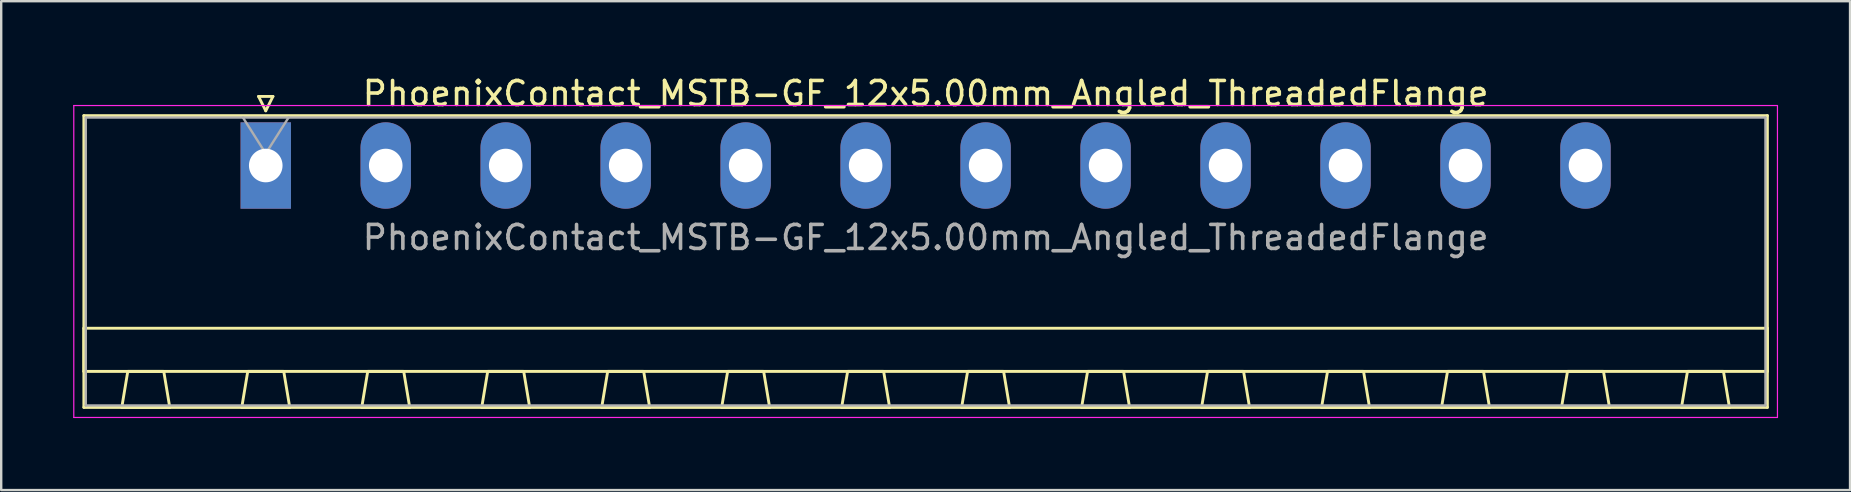
<source format=kicad_pcb>
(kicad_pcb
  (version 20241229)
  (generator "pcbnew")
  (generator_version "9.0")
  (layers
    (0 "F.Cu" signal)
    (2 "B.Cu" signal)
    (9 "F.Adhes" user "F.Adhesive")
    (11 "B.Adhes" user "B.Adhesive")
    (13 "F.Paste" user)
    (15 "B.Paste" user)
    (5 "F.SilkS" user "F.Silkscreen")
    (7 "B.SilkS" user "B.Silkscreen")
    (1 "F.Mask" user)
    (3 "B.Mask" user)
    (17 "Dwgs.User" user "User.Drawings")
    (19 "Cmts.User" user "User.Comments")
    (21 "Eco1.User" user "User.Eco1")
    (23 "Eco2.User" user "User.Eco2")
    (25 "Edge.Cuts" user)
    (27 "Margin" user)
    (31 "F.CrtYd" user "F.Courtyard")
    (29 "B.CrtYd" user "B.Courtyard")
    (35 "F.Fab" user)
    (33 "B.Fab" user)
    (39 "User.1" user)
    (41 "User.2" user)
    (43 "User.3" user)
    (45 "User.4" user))
  (footprint "PhoenixContact_MSTB-GF_12x5.00mm_Angled_ThreadedFlange"
    (layer "F.Cu")
    (at 8.025 3.848)
    (property "Reference" "PhoenixContact_MSTB-GF_12x5.00mm_Angled_ThreadedFlange" (at 27.5 -3 0) (layer "F.SilkS") (effects (font (size 1 1) (thickness 0.15))))
    (attr through_hole)
    (fp_line (start -7.58 -2.08) (end -7.58 10.08) (stroke (width 0.12) (type solid)) (layer "F.SilkS"))
    (fp_line (start -7.58 6.78) (end 62.58 6.78) (stroke (width 0.12) (type solid)) (layer "F.SilkS"))
    (fp_line (start -7.58 8.58) (end -7.58 6.78) (stroke (width 0.12) (type solid)) (layer "F.SilkS"))
    (fp_line (start -7.58 10.08) (end 62.58 10.08) (stroke (width 0.12) (type solid)) (layer "F.SilkS"))
    (fp_line (start -6 10.08) (end -4 10.08) (stroke (width 0.12) (type solid)) (layer "F.SilkS"))
    (fp_line (start -5.75 8.58) (end -6 10.08) (stroke (width 0.12) (type solid)) (layer "F.SilkS"))
    (fp_line (start -4.25 8.58) (end -5.75 8.58) (stroke (width 0.12) (type solid)) (layer "F.SilkS"))
    (fp_line (start -4 10.08) (end -4.25 8.58) (stroke (width 0.12) (type solid)) (layer "F.SilkS"))
    (fp_line (start -1 10.08) (end 1 10.08) (stroke (width 0.12) (type solid)) (layer "F.SilkS"))
    (fp_line (start -0.75 8.58) (end -1 10.08) (stroke (width 0.12) (type solid)) (layer "F.SilkS"))
    (fp_line (start -0.3 -2.88) (end 0.3 -2.88) (stroke (width 0.12) (type solid)) (layer "F.SilkS"))
    (fp_line (start 0 -2.28) (end -0.3 -2.88) (stroke (width 0.12) (type solid)) (layer "F.SilkS"))
    (fp_line (start 0.3 -2.88) (end 0 -2.28) (stroke (width 0.12) (type solid)) (layer "F.SilkS"))
    (fp_line (start 0.75 8.58) (end -0.75 8.58) (stroke (width 0.12) (type solid)) (layer "F.SilkS"))
    (fp_line (start 1 10.08) (end 0.75 8.58) (stroke (width 0.12) (type solid)) (layer "F.SilkS"))
    (fp_line (start 4 10.08) (end 6 10.08) (stroke (width 0.12) (type solid)) (layer "F.SilkS"))
    (fp_line (start 4.25 8.58) (end 4 10.08) (stroke (width 0.12) (type solid)) (layer "F.SilkS"))
    (fp_line (start 5.75 8.58) (end 4.25 8.58) (stroke (width 0.12) (type solid)) (layer "F.SilkS"))
    (fp_line (start 6 10.08) (end 5.75 8.58) (stroke (width 0.12) (type solid)) (layer "F.SilkS"))
    (fp_line (start 9 10.08) (end 11 10.08) (stroke (width 0.12) (type solid)) (layer "F.SilkS"))
    (fp_line (start 9.25 8.58) (end 9 10.08) (stroke (width 0.12) (type solid)) (layer "F.SilkS"))
    (fp_line (start 10.75 8.58) (end 9.25 8.58) (stroke (width 0.12) (type solid)) (layer "F.SilkS"))
    (fp_line (start 11 10.08) (end 10.75 8.58) (stroke (width 0.12) (type solid)) (layer "F.SilkS"))
    (fp_line (start 14 10.08) (end 16 10.08) (stroke (width 0.12) (type solid)) (layer "F.SilkS"))
    (fp_line (start 14.25 8.58) (end 14 10.08) (stroke (width 0.12) (type solid)) (layer "F.SilkS"))
    (fp_line (start 15.75 8.58) (end 14.25 8.58) (stroke (width 0.12) (type solid)) (layer "F.SilkS"))
    (fp_line (start 16 10.08) (end 15.75 8.58) (stroke (width 0.12) (type solid)) (layer "F.SilkS"))
    (fp_line (start 19 10.08) (end 21 10.08) (stroke (width 0.12) (type solid)) (layer "F.SilkS"))
    (fp_line (start 19.25 8.58) (end 19 10.08) (stroke (width 0.12) (type solid)) (layer "F.SilkS"))
    (fp_line (start 20.75 8.58) (end 19.25 8.58) (stroke (width 0.12) (type solid)) (layer "F.SilkS"))
    (fp_line (start 21 10.08) (end 20.75 8.58) (stroke (width 0.12) (type solid)) (layer "F.SilkS"))
    (fp_line (start 24 10.08) (end 26 10.08) (stroke (width 0.12) (type solid)) (layer "F.SilkS"))
    (fp_line (start 24.25 8.58) (end 24 10.08) (stroke (width 0.12) (type solid)) (layer "F.SilkS"))
    (fp_line (start 25.75 8.58) (end 24.25 8.58) (stroke (width 0.12) (type solid)) (layer "F.SilkS"))
    (fp_line (start 26 10.08) (end 25.75 8.58) (stroke (width 0.12) (type solid)) (layer "F.SilkS"))
    (fp_line (start 29 10.08) (end 31 10.08) (stroke (width 0.12) (type solid)) (layer "F.SilkS"))
    (fp_line (start 29.25 8.58) (end 29 10.08) (stroke (width 0.12) (type solid)) (layer "F.SilkS"))
    (fp_line (start 30.75 8.58) (end 29.25 8.58) (stroke (width 0.12) (type solid)) (layer "F.SilkS"))
    (fp_line (start 31 10.08) (end 30.75 8.58) (stroke (width 0.12) (type solid)) (layer "F.SilkS"))
    (fp_line (start 34 10.08) (end 36 10.08) (stroke (width 0.12) (type solid)) (layer "F.SilkS"))
    (fp_line (start 34.25 8.58) (end 34 10.08) (stroke (width 0.12) (type solid)) (layer "F.SilkS"))
    (fp_line (start 35.75 8.58) (end 34.25 8.58) (stroke (width 0.12) (type solid)) (layer "F.SilkS"))
    (fp_line (start 36 10.08) (end 35.75 8.58) (stroke (width 0.12) (type solid)) (layer "F.SilkS"))
    (fp_line (start 39 10.08) (end 41 10.08) (stroke (width 0.12) (type solid)) (layer "F.SilkS"))
    (fp_line (start 39.25 8.58) (end 39 10.08) (stroke (width 0.12) (type solid)) (layer "F.SilkS"))
    (fp_line (start 40.75 8.58) (end 39.25 8.58) (stroke (width 0.12) (type solid)) (layer "F.SilkS"))
    (fp_line (start 41 10.08) (end 40.75 8.58) (stroke (width 0.12) (type solid)) (layer "F.SilkS"))
    (fp_line (start 44 10.08) (end 46 10.08) (stroke (width 0.12) (type solid)) (layer "F.SilkS"))
    (fp_line (start 44.25 8.58) (end 44 10.08) (stroke (width 0.12) (type solid)) (layer "F.SilkS"))
    (fp_line (start 45.75 8.58) (end 44.25 8.58) (stroke (width 0.12) (type solid)) (layer "F.SilkS"))
    (fp_line (start 46 10.08) (end 45.75 8.58) (stroke (width 0.12) (type solid)) (layer "F.SilkS"))
    (fp_line (start 49 10.08) (end 51 10.08) (stroke (width 0.12) (type solid)) (layer "F.SilkS"))
    (fp_line (start 49.25 8.58) (end 49 10.08) (stroke (width 0.12) (type solid)) (layer "F.SilkS"))
    (fp_line (start 50.75 8.58) (end 49.25 8.58) (stroke (width 0.12) (type solid)) (layer "F.SilkS"))
    (fp_line (start 51 10.08) (end 50.75 8.58) (stroke (width 0.12) (type solid)) (layer "F.SilkS"))
    (fp_line (start 54 10.08) (end 56 10.08) (stroke (width 0.12) (type solid)) (layer "F.SilkS"))
    (fp_line (start 54.25 8.58) (end 54 10.08) (stroke (width 0.12) (type solid)) (layer "F.SilkS"))
    (fp_line (start 55.75 8.58) (end 54.25 8.58) (stroke (width 0.12) (type solid)) (layer "F.SilkS"))
    (fp_line (start 56 10.08) (end 55.75 8.58) (stroke (width 0.12) (type solid)) (layer "F.SilkS"))
    (fp_line (start 59 10.08) (end 61 10.08) (stroke (width 0.12) (type solid)) (layer "F.SilkS"))
    (fp_line (start 59.25 8.58) (end 59 10.08) (stroke (width 0.12) (type solid)) (layer "F.SilkS"))
    (fp_line (start 60.75 8.58) (end 59.25 8.58) (stroke (width 0.12) (type solid)) (layer "F.SilkS"))
    (fp_line (start 61 10.08) (end 60.75 8.58) (stroke (width 0.12) (type solid)) (layer "F.SilkS"))
    (fp_line (start 62.58 -2.08) (end -7.58 -2.08) (stroke (width 0.12) (type solid)) (layer "F.SilkS"))
    (fp_line (start 62.58 6.78) (end 62.58 8.58) (stroke (width 0.12) (type solid)) (layer "F.SilkS"))
    (fp_line (start 62.58 8.58) (end -7.58 8.58) (stroke (width 0.12) (type solid)) (layer "F.SilkS"))
    (fp_line (start 62.58 10.08) (end 62.58 -2.08) (stroke (width 0.12) (type solid)) (layer "F.SilkS"))
    (fp_line (start -8 -2.5) (end -8 10.5) (stroke (width 0.05) (type solid)) (layer "F.CrtYd"))
    (fp_line (start -8 10.5) (end 63 10.5) (stroke (width 0.05) (type solid)) (layer "F.CrtYd"))
    (fp_line (start 63 -2.5) (end -8 -2.5) (stroke (width 0.05) (type solid)) (layer "F.CrtYd"))
    (fp_line (start 63 10.5) (end 63 -2.5) (stroke (width 0.05) (type solid)) (layer "F.CrtYd"))
    (fp_line (start -7.5 -2) (end -7.5 10) (stroke (width 0.1) (type solid)) (layer "F.Fab"))
    (fp_line (start -7.5 10) (end 62.5 10) (stroke (width 0.1) (type solid)) (layer "F.Fab"))
    (fp_line (start 0 -0.5) (end -0.95 -2) (stroke (width 0.1) (type solid)) (layer "F.Fab"))
    (fp_line (start 0.95 -2) (end 0 -0.5) (stroke (width 0.1) (type solid)) (layer "F.Fab"))
    (fp_line (start 62.5 -2) (end -7.5 -2) (stroke (width 0.1) (type solid)) (layer "F.Fab"))
    (fp_line (start 62.5 10) (end 62.5 -2) (stroke (width 0.1) (type solid)) (layer "F.Fab"))
    (fp_text user "${REFERENCE}" (at 27.5 3 0) (layer "F.Fab") (effects (font (size 1 1) (thickness 0.15))))
    (pad "1" thru_hole rect (at 0 0) (size 2.1 3.6) (drill 1.4) (layers "*.Cu" "*.Mask"))
    (pad "2" thru_hole oval (at 5 0) (size 2.1 3.6) (drill 1.4) (layers "*.Cu" "*.Mask"))
    (pad "3" thru_hole oval (at 10 0) (size 2.1 3.6) (drill 1.4) (layers "*.Cu" "*.Mask"))
    (pad "4" thru_hole oval (at 15 0) (size 2.1 3.6) (drill 1.4) (layers "*.Cu" "*.Mask"))
    (pad "5" thru_hole oval (at 20 0) (size 2.1 3.6) (drill 1.4) (layers "*.Cu" "*.Mask"))
    (pad "6" thru_hole oval (at 25 0) (size 2.1 3.6) (drill 1.4) (layers "*.Cu" "*.Mask"))
    (pad "7" thru_hole oval (at 30 0) (size 2.1 3.6) (drill 1.4) (layers "*.Cu" "*.Mask"))
    (pad "8" thru_hole oval (at 35 0) (size 2.1 3.6) (drill 1.4) (layers "*.Cu" "*.Mask"))
    (pad "9" thru_hole oval (at 40 0) (size 2.1 3.6) (drill 1.4) (layers "*.Cu" "*.Mask"))
    (pad "10" thru_hole oval (at 45 0) (size 2.1 3.6) (drill 1.4) (layers "*.Cu" "*.Mask"))
    (pad "11" thru_hole oval (at 50 0) (size 2.1 3.6) (drill 1.4) (layers "*.Cu" "*.Mask"))
    (pad "12" thru_hole oval (at 55 0) (size 2.1 3.6) (drill 1.4) (layers "*.Cu" "*.Mask")))
  (gr_rect
    (start -3 -3)
    (end 74.05 17.373)
    (stroke (width 0.1) (type default))
    (fill no)
    (layer "Edge.Cuts")))
</source>
